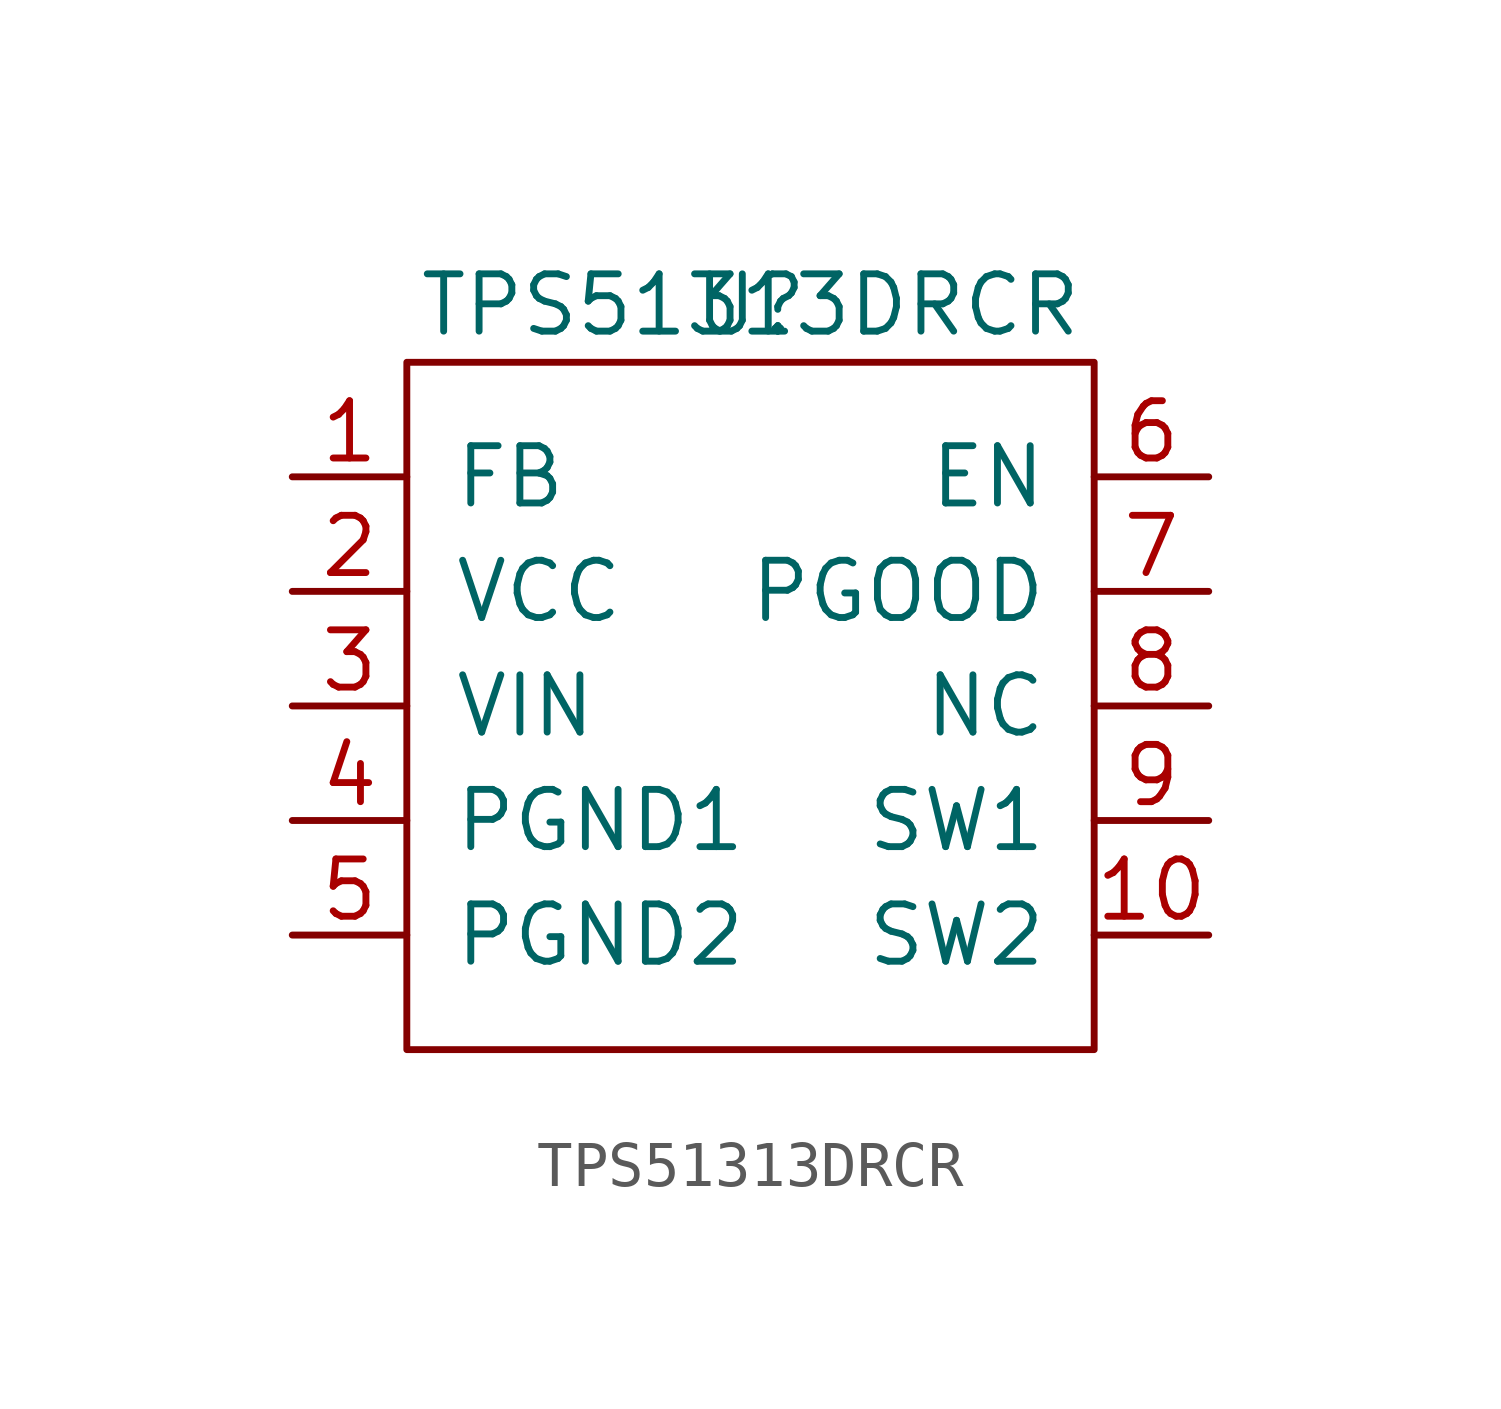
<source format=kicad_sym>
(kicad_symbol_lib
  (version 20211014)
  (generator kicad_symbol_editor)
  (symbol "TPS51313DRCR"
    (pin_names
      (offset 1.016))
    (property "Reference" "U"
      (at 0 0 0)
      (effects (font (size 1.27 1.27))))
    (property "Value" "TPS51313DRCR"
      (at 0 0 0)
      (effects (font (size 1.27 1.27))))
    (symbol "TPS51313DRCR_0_1"
      (rectangle (start -7.62 -1.27) (end 7.62 -16.51) (stroke (width 0) (type default) (color 0 0 0 0)) (fill (type none))))
    (symbol "TPS51313DRCR_1_1"
      (pin input line (at -10.16 -3.81 0) (length 2.54) (name "FB" (effects (font (size 1.27 1.27)))) (number "1" (effects (font (size 1.27 1.27)))))
      (pin input line (at 10.16 -13.97 180) (length 2.54) (name "SW2" (effects (font (size 1.27 1.27)))) (number "10" (effects (font (size 1.27 1.27)))))
      (pin input line (at -10.16 -6.35 0) (length 2.54) (name "VCC" (effects (font (size 1.27 1.27)))) (number "2" (effects (font (size 1.27 1.27)))))
      (pin input line (at -10.16 -8.89 0) (length 2.54) (name "VIN" (effects (font (size 1.27 1.27)))) (number "3" (effects (font (size 1.27 1.27)))))
      (pin input line (at -10.16 -11.43 0) (length 2.54) (name "PGND1" (effects (font (size 1.27 1.27)))) (number "4" (effects (font (size 1.27 1.27)))))
      (pin input line (at -10.16 -13.97 0) (length 2.54) (name "PGND2" (effects (font (size 1.27 1.27)))) (number "5" (effects (font (size 1.27 1.27)))))
      (pin input line (at 10.16 -3.81 180) (length 2.54) (name "EN" (effects (font (size 1.27 1.27)))) (number "6" (effects (font (size 1.27 1.27)))))
      (pin input line (at 10.16 -6.35 180) (length 2.54) (name "PGOOD" (effects (font (size 1.27 1.27)))) (number "7" (effects (font (size 1.27 1.27)))))
      (pin input line (at 10.16 -8.89 180) (length 2.54) (name "NC" (effects (font (size 1.27 1.27)))) (number "8" (effects (font (size 1.27 1.27)))))
      (pin input line (at 10.16 -11.43 180) (length 2.54) (name "SW1" (effects (font (size 1.27 1.27)))) (number "9" (effects (font (size 1.27 1.27))))))))
</source>
